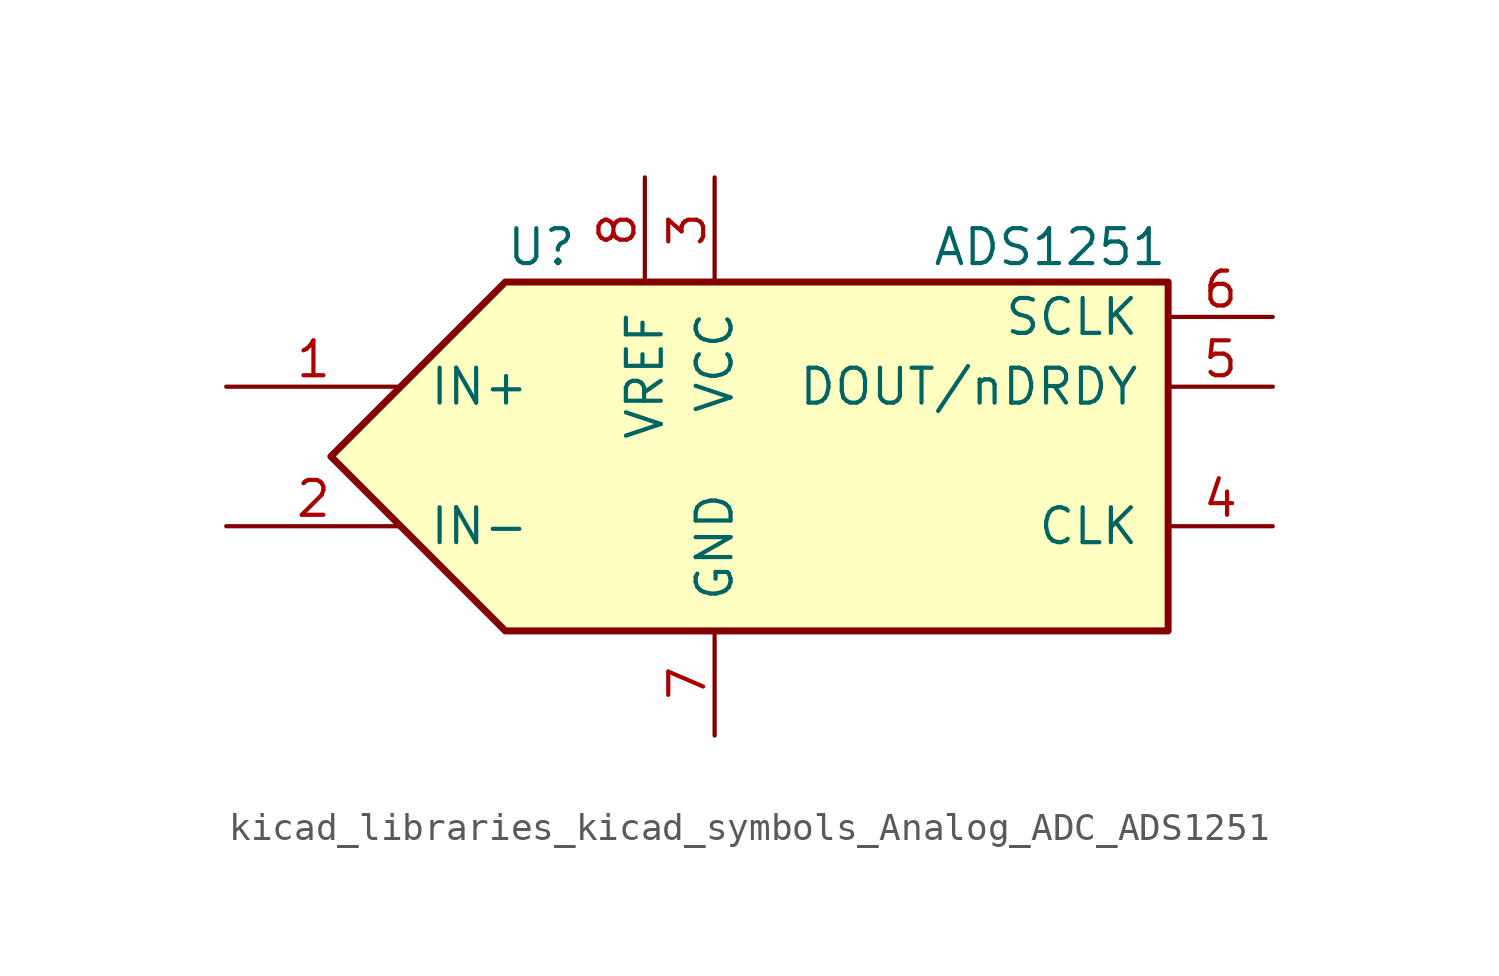
<source format=kicad_sym>
(kicad_symbol_lib
  (version 20220914)
  (generator kicad_symbol_editor)
  (symbol "kicad_libraries_kicad_symbols_Analog_ADC_ADS1251"
    (pin_names
      (offset 1.016))
    (property "Reference" "U"
      (at -10.16 7.62 0)
      (effects (font (size 1.27 1.27)) (justify left)))
    (property "Value" "ADS1251"
      (at 13.97 7.62 0)
      (effects (font (size 1.27 1.27)) (justify right)))
    (symbol "kicad_libraries_kicad_symbols_Analog_ADC_ADS1251_0_1"
      (polyline (pts (xy 13.97 6.35) (xy -10.16 6.35) (xy -16.51 0) (xy -10.16 -6.35) (xy 11.43 -6.35) (xy 13.97 -6.35) (xy 13.97 6.35)) (stroke (width 0.254) (type default)) (fill (type background))))
    (symbol "kicad_libraries_kicad_symbols_Analog_ADC_ADS1251_1_1"
      (pin input line (at -20.32 2.54 0) (length 6.35) (name "IN+" (effects (font (size 1.27 1.27)))) (number "1" (effects (font (size 1.27 1.27)))))
      (pin input line (at -20.32 -2.54 0) (length 6.35) (name "IN-" (effects (font (size 1.27 1.27)))) (number "2" (effects (font (size 1.27 1.27)))))
      (pin power_in line (at -2.54 10.16 270) (length 3.81) (name "VCC" (effects (font (size 1.27 1.27)))) (number "3" (effects (font (size 1.27 1.27)))))
      (pin input line (at 17.78 -2.54 180) (length 3.81) (name "CLK" (effects (font (size 1.27 1.27)))) (number "4" (effects (font (size 1.27 1.27)))))
      (pin output line (at 17.78 2.54 180) (length 3.81) (name "DOUT/nDRDY" (effects (font (size 1.27 1.27)))) (number "5" (effects (font (size 1.27 1.27)))))
      (pin input line (at 17.78 5.08 180) (length 3.81) (name "SCLK" (effects (font (size 1.27 1.27)))) (number "6" (effects (font (size 1.27 1.27)))))
      (pin power_in line (at -2.54 -10.16 90) (length 3.81) (name "GND" (effects (font (size 1.27 1.27)))) (number "7" (effects (font (size 1.27 1.27)))))
      (pin input line (at -5.08 10.16 270) (length 3.81) (name "VREF" (effects (font (size 1.27 1.27)))) (number "8" (effects (font (size 1.27 1.27))))))))
</source>
